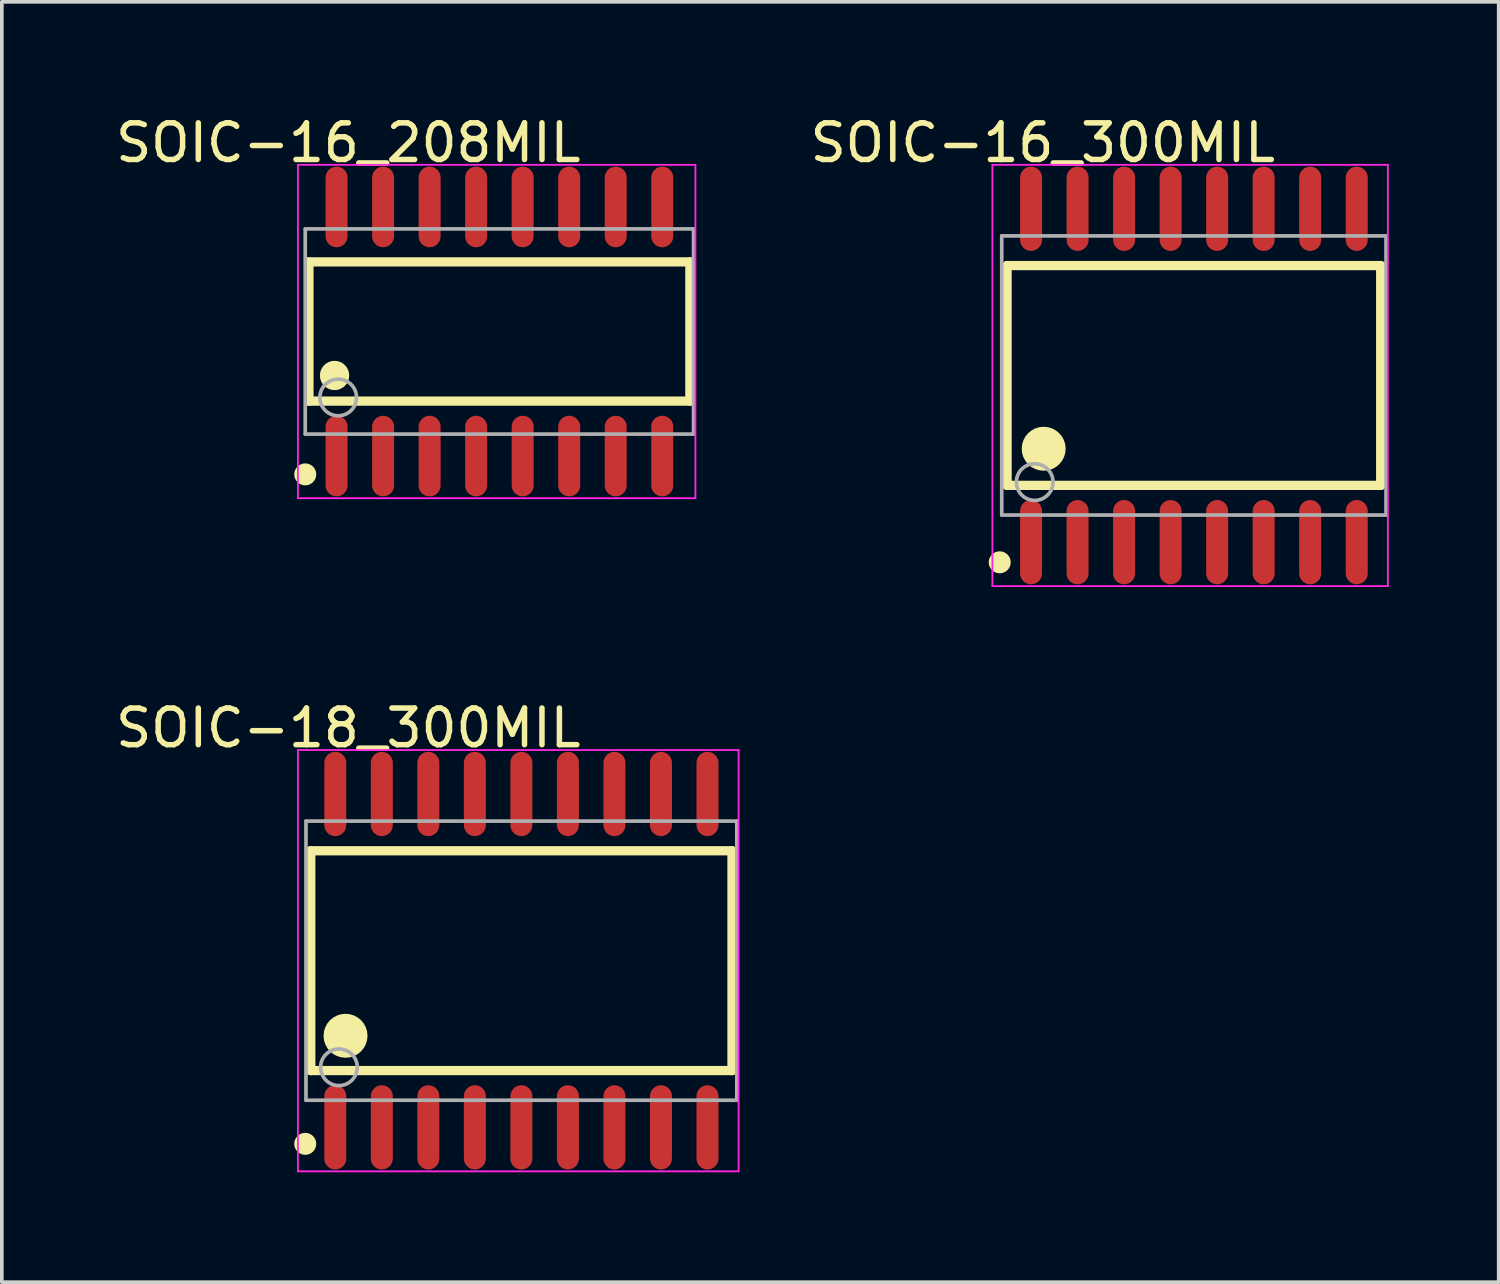
<source format=kicad_pcb>
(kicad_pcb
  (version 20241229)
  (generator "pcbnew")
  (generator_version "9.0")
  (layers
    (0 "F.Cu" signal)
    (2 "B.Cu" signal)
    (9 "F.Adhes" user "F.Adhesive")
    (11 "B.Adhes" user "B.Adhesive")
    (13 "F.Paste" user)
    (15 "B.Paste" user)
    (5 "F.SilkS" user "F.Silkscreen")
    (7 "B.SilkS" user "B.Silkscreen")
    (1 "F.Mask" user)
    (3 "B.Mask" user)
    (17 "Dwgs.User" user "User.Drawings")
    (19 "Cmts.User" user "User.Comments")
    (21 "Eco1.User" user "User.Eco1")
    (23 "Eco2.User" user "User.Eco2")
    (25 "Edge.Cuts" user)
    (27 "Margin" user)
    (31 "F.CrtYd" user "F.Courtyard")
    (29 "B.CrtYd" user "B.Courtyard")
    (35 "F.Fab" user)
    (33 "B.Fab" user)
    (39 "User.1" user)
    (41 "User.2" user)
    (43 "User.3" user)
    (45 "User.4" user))
  (footprint "SOIC-18_300MIL"
    (layer "F.Cu")
    (at 11.182 23.173)
    (property "Reference" "SOIC-18_300MIL" (at -4.724 -6.351 0) (layer "F.SilkS") (effects (font (size 1 1) (thickness 0.15))))
    (attr through_hole)
    (fp_line (start -5.75 -3) (end 5.75 -3) (stroke (width 0.254) (type solid)) (layer "F.SilkS"))
    (fp_line (start -5.75 3) (end -5.75 -3) (stroke (width 0.254) (type solid)) (layer "F.SilkS"))
    (fp_line (start -5.75 3) (end 5.75 3) (stroke (width 0.254) (type solid)) (layer "F.SilkS"))
    (fp_line (start 5.75 3) (end 5.75 -3) (stroke (width 0.254) (type solid)) (layer "F.SilkS"))
    (fp_circle (center -5.9 5) (end -5.75 5) (stroke (width 0.3) (type solid)) (fill no) (layer "F.SilkS"))
    (fp_circle (center -4.8 2.05) (end -4.5 2.05) (stroke (width 0.6) (type solid)) (fill no) (layer "F.SilkS"))
    (fp_line (start -6.1 -5.75) (end 5.93 -5.75) (stroke (width 0.05) (type solid)) (layer "F.CrtYd"))
    (fp_line (start -6.1 5.75) (end -6.1 -5.75) (stroke (width 0.05) (type solid)) (layer "F.CrtYd"))
    (fp_line (start 5.93 -5.75) (end 5.93 5.75) (stroke (width 0.05) (type solid)) (layer "F.CrtYd"))
    (fp_line (start 5.93 5.75) (end -6.1 5.75) (stroke (width 0.05) (type solid)) (layer "F.CrtYd"))
    (fp_line (start -5.88 -3.81) (end 5.88 -3.81) (stroke (width 0.1) (type solid)) (layer "F.Fab"))
    (fp_line (start -5.88 3.81) (end -5.88 -3.81) (stroke (width 0.1) (type solid)) (layer "F.Fab"))
    (fp_line (start -5.88 3.81) (end 5.88 3.81) (stroke (width 0.1) (type solid)) (layer "F.Fab"))
    (fp_line (start 5.88 3.81) (end 5.88 -3.81) (stroke (width 0.1) (type solid)) (layer "F.Fab"))
    (fp_circle (center -4.98 2.91) (end -4.48 2.91) (stroke (width 0.1) (type solid)) (fill no) (layer "F.Fab"))
    (pad "1" smd oval (at -5.08 4.55 180) (size 0.6 2.3) (layers "F.Cu" "F.Mask" "F.Paste"))
    (pad "2" smd oval (at -3.81 4.55 180) (size 0.6 2.3) (layers "F.Cu" "F.Mask" "F.Paste"))
    (pad "3" smd oval (at -2.54 4.55 180) (size 0.6 2.3) (layers "F.Cu" "F.Mask" "F.Paste"))
    (pad "4" smd oval (at -1.27 4.55 180) (size 0.6 2.3) (layers "F.Cu" "F.Mask" "F.Paste"))
    (pad "5" smd oval (at 0 4.55 180) (size 0.6 2.3) (layers "F.Cu" "F.Mask" "F.Paste"))
    (pad "6" smd oval (at 1.27 4.55 180) (size 0.6 2.3) (layers "F.Cu" "F.Mask" "F.Paste"))
    (pad "7" smd oval (at 2.54 4.55 180) (size 0.6 2.3) (layers "F.Cu" "F.Mask" "F.Paste"))
    (pad "8" smd oval (at 3.81 4.55 180) (size 0.6 2.3) (layers "F.Cu" "F.Mask" "F.Paste"))
    (pad "9" smd oval (at 5.08 4.55 180) (size 0.6 2.3) (layers "F.Cu" "F.Mask" "F.Paste"))
    (pad "10" smd oval (at 5.08 -4.55 180) (size 0.6 2.3) (layers "F.Cu" "F.Mask" "F.Paste"))
    (pad "11" smd oval (at 3.81 -4.55 180) (size 0.6 2.3) (layers "F.Cu" "F.Mask" "F.Paste"))
    (pad "12" smd oval (at 2.54 -4.55 180) (size 0.6 2.3) (layers "F.Cu" "F.Mask" "F.Paste"))
    (pad "13" smd oval (at 1.27 -4.55 180) (size 0.6 2.3) (layers "F.Cu" "F.Mask" "F.Paste"))
    (pad "14" smd oval (at 0 -4.55 180) (size 0.6 2.3) (layers "F.Cu" "F.Mask" "F.Paste"))
    (pad "15" smd oval (at -1.27 -4.55 180) (size 0.6 2.3) (layers "F.Cu" "F.Mask" "F.Paste"))
    (pad "16" smd oval (at -2.54 -4.55 180) (size 0.6 2.3) (layers "F.Cu" "F.Mask" "F.Paste"))
    (pad "17" smd oval (at -3.81 -4.55 180) (size 0.6 2.3) (layers "F.Cu" "F.Mask" "F.Paste"))
    (pad "18" smd oval (at -5.08 -4.55 180) (size 0.6 2.3) (layers "F.Cu" "F.Mask" "F.Paste")))
  (footprint "SOIC-16_300MIL"
    (layer "F.Cu")
    (at 29.539 7.199)
    (property "Reference" "SOIC-16_300MIL" (at -4.124 -6.351 0) (layer "F.SilkS") (effects (font (size 1 1) (thickness 0.15))))
    (attr through_hole)
    (fp_line (start -5.1 -3) (end 5.1 -3) (stroke (width 0.254) (type solid)) (layer "F.SilkS"))
    (fp_line (start -5.1 3) (end -5.1 -3) (stroke (width 0.254) (type solid)) (layer "F.SilkS"))
    (fp_line (start -5.1 3) (end 5.1 3) (stroke (width 0.254) (type solid)) (layer "F.SilkS"))
    (fp_line (start 5.1 3) (end 5.1 -3) (stroke (width 0.254) (type solid)) (layer "F.SilkS"))
    (fp_circle (center -5.3 5.1) (end -5.15 5.1) (stroke (width 0.3) (type solid)) (fill no) (layer "F.SilkS"))
    (fp_circle (center -4.1 2) (end -3.8 2) (stroke (width 0.6) (type solid)) (fill no) (layer "F.SilkS"))
    (fp_line (start -5.5 -5.75) (end 5.295 -5.75) (stroke (width 0.05) (type solid)) (layer "F.CrtYd"))
    (fp_line (start -5.5 5.75) (end -5.5 -5.75) (stroke (width 0.05) (type solid)) (layer "F.CrtYd"))
    (fp_line (start 5.295 -5.75) (end 5.295 5.75) (stroke (width 0.05) (type solid)) (layer "F.CrtYd"))
    (fp_line (start 5.295 5.75) (end -5.5 5.75) (stroke (width 0.05) (type solid)) (layer "F.CrtYd"))
    (fp_line (start -5.245 -3.81) (end 5.245 -3.81) (stroke (width 0.1) (type solid)) (layer "F.Fab"))
    (fp_line (start -5.245 3.81) (end -5.245 -3.81) (stroke (width 0.1) (type solid)) (layer "F.Fab"))
    (fp_line (start -5.245 3.81) (end 5.245 3.81) (stroke (width 0.1) (type solid)) (layer "F.Fab"))
    (fp_line (start 5.245 3.81) (end 5.245 -3.81) (stroke (width 0.1) (type solid)) (layer "F.Fab"))
    (fp_circle (center -4.345 2.91) (end -3.845 2.91) (stroke (width 0.1) (type solid)) (fill no) (layer "F.Fab"))
    (pad "1" smd oval (at -4.445 4.55 180) (size 0.6 2.3) (layers "F.Cu" "F.Mask" "F.Paste"))
    (pad "2" smd oval (at -3.175 4.55 180) (size 0.6 2.3) (layers "F.Cu" "F.Mask" "F.Paste"))
    (pad "3" smd oval (at -1.905 4.55 180) (size 0.6 2.3) (layers "F.Cu" "F.Mask" "F.Paste"))
    (pad "4" smd oval (at -0.635 4.55 180) (size 0.6 2.3) (layers "F.Cu" "F.Mask" "F.Paste"))
    (pad "5" smd oval (at 0.635 4.55 180) (size 0.6 2.3) (layers "F.Cu" "F.Mask" "F.Paste"))
    (pad "6" smd oval (at 1.905 4.55 180) (size 0.6 2.3) (layers "F.Cu" "F.Mask" "F.Paste"))
    (pad "7" smd oval (at 3.175 4.55 180) (size 0.6 2.3) (layers "F.Cu" "F.Mask" "F.Paste"))
    (pad "8" smd oval (at 4.445 4.55 180) (size 0.6 2.3) (layers "F.Cu" "F.Mask" "F.Paste"))
    (pad "9" smd oval (at 4.445 -4.55 180) (size 0.6 2.3) (layers "F.Cu" "F.Mask" "F.Paste"))
    (pad "10" smd oval (at 3.175 -4.55 180) (size 0.6 2.3) (layers "F.Cu" "F.Mask" "F.Paste"))
    (pad "11" smd oval (at 1.905 -4.55 180) (size 0.6 2.3) (layers "F.Cu" "F.Mask" "F.Paste"))
    (pad "12" smd oval (at 0.635 -4.55 180) (size 0.6 2.3) (layers "F.Cu" "F.Mask" "F.Paste"))
    (pad "13" smd oval (at -0.635 -4.55 180) (size 0.6 2.3) (layers "F.Cu" "F.Mask" "F.Paste"))
    (pad "14" smd oval (at -1.905 -4.55 180) (size 0.6 2.3) (layers "F.Cu" "F.Mask" "F.Paste"))
    (pad "15" smd oval (at -3.175 -4.55 180) (size 0.6 2.3) (layers "F.Cu" "F.Mask" "F.Paste"))
    (pad "16" smd oval (at -4.445 -4.55 180) (size 0.6 2.3) (layers "F.Cu" "F.Mask" "F.Paste")))
  (footprint "SOIC-16_208MIL"
    (layer "F.Cu")
    (at 10.582 5.999)
    (property "Reference" "SOIC-16_208MIL" (at -4.124 -5.151 0) (layer "F.SilkS") (effects (font (size 1 1) (thickness 0.15))))
    (attr through_hole)
    (fp_line (start -5.2 -1.9) (end 5.2 -1.9) (stroke (width 0.254) (type solid)) (layer "F.SilkS"))
    (fp_line (start -5.2 1.9) (end -5.2 -1.9) (stroke (width 0.254) (type solid)) (layer "F.SilkS"))
    (fp_line (start -5.2 1.9) (end 5.2 1.9) (stroke (width 0.254) (type solid)) (layer "F.SilkS"))
    (fp_line (start 5.2 1.9) (end 5.2 -1.9) (stroke (width 0.254) (type solid)) (layer "F.SilkS"))
    (fp_circle (center -5.3 3.9) (end -5.15 3.9) (stroke (width 0.3) (type solid)) (fill no) (layer "F.SilkS"))
    (fp_circle (center -4.5 1.2) (end -4.3 1.2) (stroke (width 0.4) (type solid)) (fill no) (layer "F.SilkS"))
    (fp_line (start -5.5 -4.55) (end 5.35 -4.55) (stroke (width 0.05) (type solid)) (layer "F.CrtYd"))
    (fp_line (start -5.5 4.55) (end -5.5 -4.55) (stroke (width 0.05) (type solid)) (layer "F.CrtYd"))
    (fp_line (start 5.35 -4.55) (end 5.35 4.55) (stroke (width 0.05) (type solid)) (layer "F.CrtYd"))
    (fp_line (start 5.35 4.55) (end -5.5 4.55) (stroke (width 0.05) (type solid)) (layer "F.CrtYd"))
    (fp_line (start -5.3 -2.8) (end 5.3 -2.8) (stroke (width 0.1) (type solid)) (layer "F.Fab"))
    (fp_line (start -5.3 2.8) (end -5.3 -2.8) (stroke (width 0.1) (type solid)) (layer "F.Fab"))
    (fp_line (start -5.3 2.8) (end 5.3 2.8) (stroke (width 0.1) (type solid)) (layer "F.Fab"))
    (fp_line (start 5.3 2.8) (end 5.3 -2.8) (stroke (width 0.1) (type solid)) (layer "F.Fab"))
    (fp_circle (center -4.4 1.8) (end -3.9 1.8) (stroke (width 0.1) (type solid)) (fill no) (layer "F.Fab"))
    (pad "1" smd oval (at -4.445 3.4) (size 0.6 2.2) (layers "F.Cu" "F.Mask" "F.Paste"))
    (pad "2" smd oval (at -3.175 3.4) (size 0.6 2.2) (layers "F.Cu" "F.Mask" "F.Paste"))
    (pad "3" smd oval (at -1.905 3.4) (size 0.6 2.2) (layers "F.Cu" "F.Mask" "F.Paste"))
    (pad "4" smd oval (at -0.635 3.4) (size 0.6 2.2) (layers "F.Cu" "F.Mask" "F.Paste"))
    (pad "5" smd oval (at 0.635 3.4) (size 0.6 2.2) (layers "F.Cu" "F.Mask" "F.Paste"))
    (pad "6" smd oval (at 1.905 3.4) (size 0.6 2.2) (layers "F.Cu" "F.Mask" "F.Paste"))
    (pad "7" smd oval (at 3.175 3.4) (size 0.6 2.2) (layers "F.Cu" "F.Mask" "F.Paste"))
    (pad "8" smd oval (at 4.445 3.4) (size 0.6 2.2) (layers "F.Cu" "F.Mask" "F.Paste"))
    (pad "9" smd oval (at 4.445 -3.4 180) (size 0.6 2.2) (layers "F.Cu" "F.Mask" "F.Paste"))
    (pad "10" smd oval (at 3.175 -3.4 180) (size 0.6 2.2) (layers "F.Cu" "F.Mask" "F.Paste"))
    (pad "11" smd oval (at 1.905 -3.4 180) (size 0.6 2.2) (layers "F.Cu" "F.Mask" "F.Paste"))
    (pad "12" smd oval (at 0.635 -3.4 180) (size 0.6 2.2) (layers "F.Cu" "F.Mask" "F.Paste"))
    (pad "13" smd oval (at -0.635 -3.4 180) (size 0.6 2.2) (layers "F.Cu" "F.Mask" "F.Paste"))
    (pad "14" smd oval (at -1.905 -3.4 180) (size 0.6 2.2) (layers "F.Cu" "F.Mask" "F.Paste"))
    (pad "15" smd oval (at -3.175 -3.4 180) (size 0.6 2.2) (layers "F.Cu" "F.Mask" "F.Paste"))
    (pad "16" smd oval (at -4.445 -3.4 180) (size 0.6 2.2) (layers "F.Cu" "F.Mask" "F.Paste")))
  (gr_rect
    (start -3 -3)
    (end 37.859 31.948)
    (stroke (width 0.1) (type default))
    (fill no)
    (layer "Edge.Cuts")))
</source>
